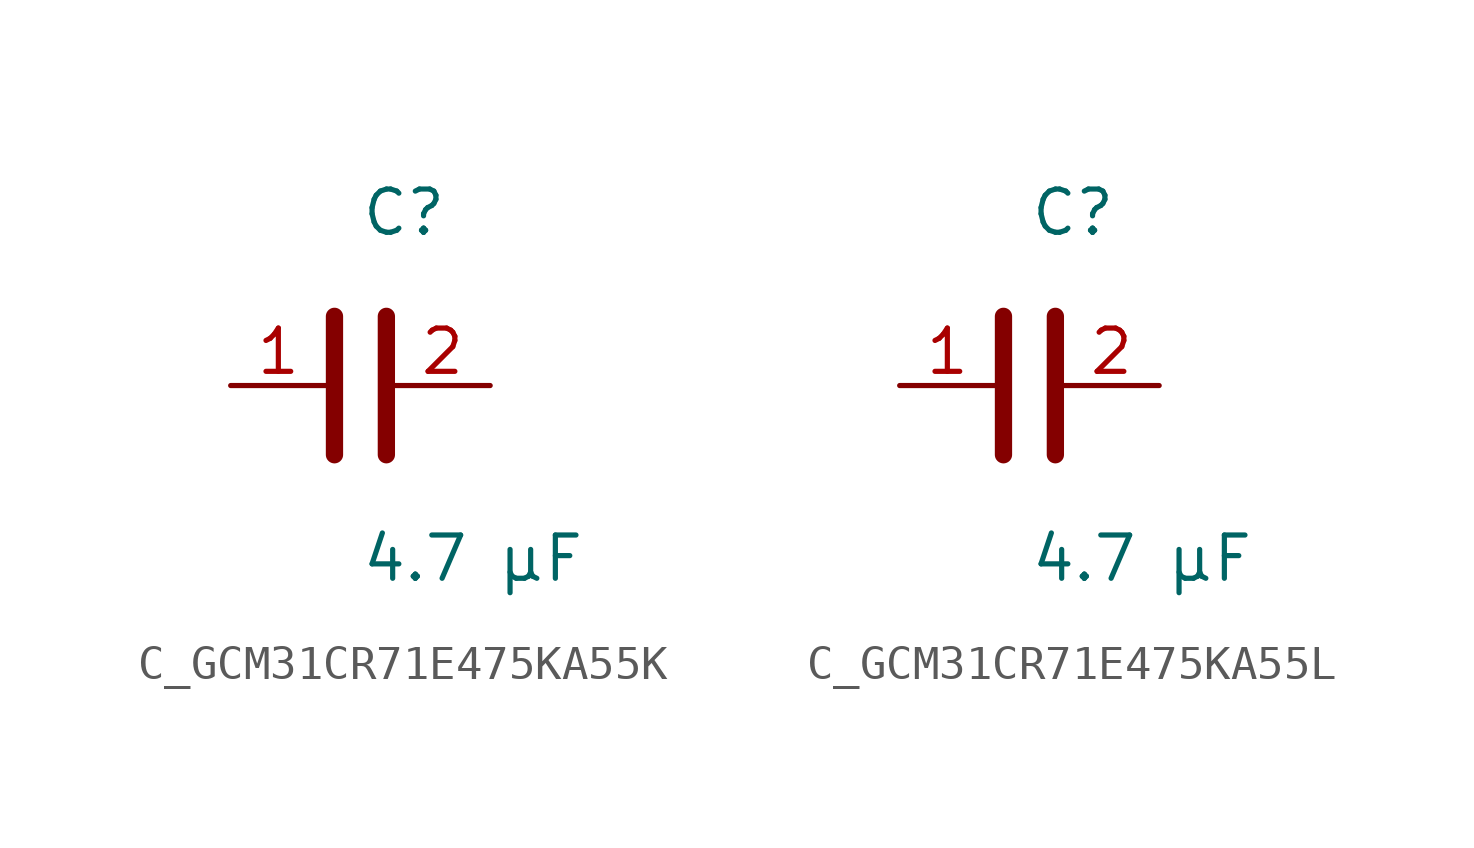
<source format=kicad_sym>
(kicad_symbol_lib
  (version 20231120)
  (generator kicad_symbol_editor)
  (generator_version 8.0)
  (symbol "C_GCM31CR71E475KA55K"
    (pin_names
      (offset 0.254))
    (property "Reference" "C"
      (at 0 5.08 0)
      (effects (font (size 1.27 1.27)) (justify left)))
    (property "Value" "4.7 µF"
      (at 0 -5.08 0)
      (effects (font (size 1.27 1.27)) (justify left)))
    (symbol "C_GCM31CR71E475KA55K_0_1"
      (polyline (pts (xy -0.762 -2.032) (xy -0.762 2.032)) (stroke (width 0.508) (type default)) (fill (type none)))
      (polyline (pts (xy 0.762 -2.032) (xy 0.762 2.032)) (stroke (width 0.508) (type default)) (fill (type none))))
    (pin unspecified line
      (at -3.81 0 0)
      (length 2.8)
      (name "" (effects (font (size 1.27 1.27))))
      (number "1" (effects (font (size 1.27 1.27)))))
    (pin unspecified line
      (at 3.81 0 180)
      (length 2.8)
      (name "" (effects (font (size 1.27 1.27))))
      (number "2" (effects (font (size 1.27 1.27))))))
  (symbol "C_GCM31CR71E475KA55L"
    (pin_names
      (offset 0.254))
    (property "Reference" "C"
      (at 0 5.08 0)
      (effects (font (size 1.27 1.27)) (justify left)))
    (property "Value" "4.7 µF"
      (at 0 -5.08 0)
      (effects (font (size 1.27 1.27)) (justify left)))
    (symbol "C_GCM31CR71E475KA55L_0_1"
      (polyline (pts (xy -0.762 -2.032) (xy -0.762 2.032)) (stroke (width 0.508) (type default)) (fill (type none)))
      (polyline (pts (xy 0.762 -2.032) (xy 0.762 2.032)) (stroke (width 0.508) (type default)) (fill (type none))))
    (pin unspecified line
      (at -3.81 0 0)
      (length 2.8)
      (name "" (effects (font (size 1.27 1.27))))
      (number "1" (effects (font (size 1.27 1.27)))))
    (pin unspecified line
      (at 3.81 0 180)
      (length 2.8)
      (name "" (effects (font (size 1.27 1.27))))
      (number "2" (effects (font (size 1.27 1.27)))))))
</source>
